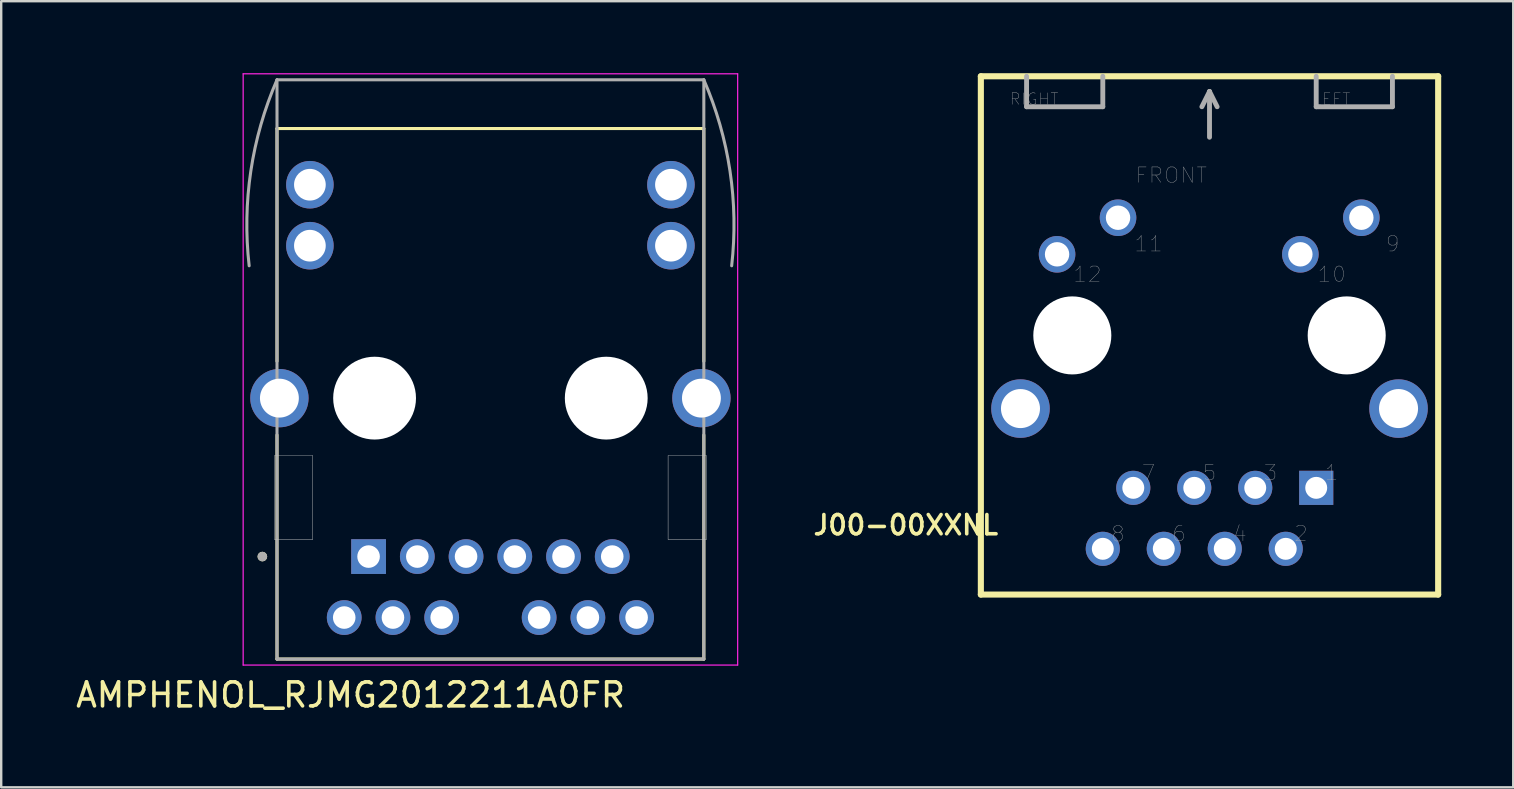
<source format=kicad_pcb>
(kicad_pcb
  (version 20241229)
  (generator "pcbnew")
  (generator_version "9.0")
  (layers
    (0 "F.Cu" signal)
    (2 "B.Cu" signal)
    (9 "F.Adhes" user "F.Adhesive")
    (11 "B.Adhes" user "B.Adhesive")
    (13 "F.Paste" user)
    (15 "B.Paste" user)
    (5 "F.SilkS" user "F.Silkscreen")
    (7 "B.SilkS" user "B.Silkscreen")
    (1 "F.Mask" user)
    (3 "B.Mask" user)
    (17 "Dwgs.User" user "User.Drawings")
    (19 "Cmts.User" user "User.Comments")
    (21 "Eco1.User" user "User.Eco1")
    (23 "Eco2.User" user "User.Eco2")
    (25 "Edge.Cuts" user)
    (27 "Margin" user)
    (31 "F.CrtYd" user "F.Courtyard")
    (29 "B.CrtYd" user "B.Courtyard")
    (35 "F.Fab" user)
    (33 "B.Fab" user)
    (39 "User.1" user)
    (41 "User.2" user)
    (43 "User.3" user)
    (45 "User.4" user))
  (footprint "AMPHENOL_RJMG2012211A0FR"
    (layer "F.Cu")
    (at 17.379 13.535)
    (property "Reference" "AMPHENOL_RJMG2012211A0FR" (at -5.825 12.365 0) (layer "F.SilkS") (effects (font (size 1 1) (thickness 0.15))))
    (attr through_hole)
    (fp_line (start -8.89 -1.535) (end -8.89 -11.23) (stroke (width 0.127) (type solid)) (layer "F.SilkS"))
    (fp_line (start -8.89 10.87) (end -8.89 1.535) (stroke (width 0.127) (type solid)) (layer "F.SilkS"))
    (fp_line (start -8.89 10.87) (end 8.89 10.87) (stroke (width 0.127) (type solid)) (layer "F.SilkS"))
    (fp_line (start 8.89 -11.23) (end -8.89 -11.23) (stroke (width 0.127) (type solid)) (layer "F.SilkS"))
    (fp_line (start 8.89 -1.535) (end 8.89 -11.23) (stroke (width 0.127) (type solid)) (layer "F.SilkS"))
    (fp_line (start 8.89 10.87) (end 8.89 1.535) (stroke (width 0.127) (type solid)) (layer "F.SilkS"))
    (fp_circle (center -9.5 6.6) (end -9.4 6.6) (stroke (width 0.2) (type solid)) (fill no) (layer "F.SilkS"))
    (fp_poly (pts (xy -9 2.39) (xy -7.4 2.39) (xy -7.4 5.89) (xy -9 5.89)) (stroke (width 0.01) (type solid)) (fill no) (layer "Dwgs.User"))
    (fp_poly (pts (xy -9 2.39) (xy -7.4 2.39) (xy -7.4 5.89) (xy -9 5.89)) (stroke (width 0.01) (type solid)) (fill no) (layer "Dwgs.User"))
    (fp_poly (pts (xy 7.4 2.39) (xy 9 2.39) (xy 9 5.89) (xy 7.4 5.89)) (stroke (width 0.01) (type solid)) (fill no) (layer "Dwgs.User"))
    (fp_poly (pts (xy 7.4 2.39) (xy 9 2.39) (xy 9 5.89) (xy 7.4 5.89)) (stroke (width 0.01) (type solid)) (fill no) (layer "Dwgs.User"))
    (fp_line (start -10.3 -13.51) (end 10.3 -13.51) (stroke (width 0.05) (type solid)) (layer "F.CrtYd"))
    (fp_line (start -10.3 11.12) (end -10.3 -13.51) (stroke (width 0.05) (type solid)) (layer "F.CrtYd"))
    (fp_line (start 10.3 -13.51) (end 10.3 11.12) (stroke (width 0.05) (type solid)) (layer "F.CrtYd"))
    (fp_line (start 10.3 11.12) (end -10.3 11.12) (stroke (width 0.05) (type solid)) (layer "F.CrtYd"))
    (fp_line (start -8.89 -13.26) (end -8.89 10.87) (stroke (width 0.127) (type solid)) (layer "F.Fab"))
    (fp_line (start -8.89 10.87) (end 8.89 10.87) (stroke (width 0.127) (type solid)) (layer "F.Fab"))
    (fp_line (start 8.89 -13.26) (end -8.89 -13.26) (stroke (width 0.127) (type solid)) (layer "F.Fab"))
    (fp_line (start 8.89 10.87) (end 8.89 -13.26) (stroke (width 0.127) (type solid)) (layer "F.Fab"))
    (fp_arc (start -10.05 -5.513) (mid -9.979956 -9.462858) (end -8.89 -13.26) (stroke (width 0.127) (type solid)) (layer "F.Fab"))
    (fp_arc (start 8.89 -13.26) (mid 9.979956 -9.462858) (end 10.05 -5.513) (stroke (width 0.127) (type solid)) (layer "F.Fab"))
    (fp_circle (center -9.5 6.6) (end -9.4 6.6) (stroke (width 0.2) (type solid)) (fill no) (layer "F.Fab"))
    (pad "" np_thru_hole circle (at -4.825 0) (size 3.45 3.45) (drill 3.45) (layers "*.Cu" "*.Mask"))
    (pad "" np_thru_hole circle (at 4.825 0) (size 3.45 3.45) (drill 3.45) (layers "*.Cu" "*.Mask"))
    (pad "1" thru_hole rect (at -5.075 6.6) (size 1.448 1.448) (drill 0.94) (layers "*.Cu" "*.Mask"))
    (pad "2" thru_hole circle (at -3.045 6.6) (size 1.448 1.448) (drill 0.94) (layers "*.Cu" "*.Mask"))
    (pad "3" thru_hole circle (at -1.015 6.6) (size 1.448 1.448) (drill 0.94) (layers "*.Cu" "*.Mask"))
    (pad "4" thru_hole circle (at 1.015 6.6) (size 1.448 1.448) (drill 0.94) (layers "*.Cu" "*.Mask"))
    (pad "5" thru_hole circle (at 3.045 6.6) (size 1.448 1.448) (drill 0.94) (layers "*.Cu" "*.Mask"))
    (pad "6" thru_hole circle (at 5.075 6.6) (size 1.448 1.448) (drill 0.94) (layers "*.Cu" "*.Mask"))
    (pad "7" thru_hole circle (at -6.09 9.14) (size 1.448 1.448) (drill 0.94) (layers "*.Cu" "*.Mask"))
    (pad "8" thru_hole circle (at -4.06 9.14) (size 1.448 1.448) (drill 0.94) (layers "*.Cu" "*.Mask"))
    (pad "9" thru_hole circle (at -2.03 9.14) (size 1.448 1.448) (drill 0.94) (layers "*.Cu" "*.Mask"))
    (pad "10" thru_hole circle (at 2.03 9.14) (size 1.448 1.448) (drill 0.94) (layers "*.Cu" "*.Mask"))
    (pad "11" thru_hole circle (at 4.06 9.14) (size 1.448 1.448) (drill 0.94) (layers "*.Cu" "*.Mask"))
    (pad "12" thru_hole circle (at 6.09 9.14) (size 1.448 1.448) (drill 0.94) (layers "*.Cu" "*.Mask"))
    (pad "13" thru_hole circle (at -7.52 -6.35) (size 1.98 1.98) (drill 1.32) (layers "*.Cu" "*.Mask"))
    (pad "14" thru_hole circle (at -7.52 -8.89) (size 1.98 1.98) (drill 1.32) (layers "*.Cu" "*.Mask"))
    (pad "15" thru_hole circle (at 7.52 -6.35) (size 1.98 1.98) (drill 1.32) (layers "*.Cu" "*.Mask"))
    (pad "16" thru_hole circle (at 7.52 -8.89) (size 1.98 1.98) (drill 1.32) (layers "*.Cu" "*.Mask"))
    (pad "S1" thru_hole circle (at -8.79 0) (size 2.43 2.43) (drill 1.62) (layers "*.Cu" "*.Mask"))
    (pad "S2" thru_hole circle (at 8.79 0) (size 2.43 2.43) (drill 1.62) (layers "*.Cu" "*.Mask")))
  (footprint "J00-00XXNL"
    (layer "F.Cu")
    (at 47.334 10.922)
    (property "Reference" "J00-00XXNL" (at -12.65 7.9 180) (layer "F.SilkS") (effects (font (size 0.801 0.801) (thickness 0.15))))
    (attr through_hole)
    (fp_line (start -9.525 -10.795) (end 9.525 -10.795) (stroke (width 0.254) (type solid)) (layer "F.SilkS"))
    (fp_line (start -9.525 10.795) (end -9.525 -10.795) (stroke (width 0.254) (type solid)) (layer "F.SilkS"))
    (fp_line (start 9.525 -10.795) (end 9.525 10.795) (stroke (width 0.254) (type solid)) (layer "F.SilkS"))
    (fp_line (start 9.525 10.795) (end -9.525 10.795) (stroke (width 0.254) (type solid)) (layer "F.SilkS"))
    (fp_line (start -7.62 -10.795) (end -7.62 -9.525) (stroke (width 0.203) (type solid)) (layer "F.Fab"))
    (fp_line (start -7.62 -9.525) (end -4.445 -9.525) (stroke (width 0.203) (type solid)) (layer "F.Fab"))
    (fp_line (start -4.445 -9.525) (end -4.445 -10.795) (stroke (width 0.203) (type solid)) (layer "F.Fab"))
    (fp_line (start 0 -10.16) (end -0.318 -9.525) (stroke (width 0.203) (type solid)) (layer "F.Fab"))
    (fp_line (start 0 -10.16) (end 0 -8.255) (stroke (width 0.203) (type solid)) (layer "F.Fab"))
    (fp_line (start 0.318 -9.525) (end 0 -10.16) (stroke (width 0.203) (type solid)) (layer "F.Fab"))
    (fp_line (start 4.445 -10.795) (end 4.445 -9.525) (stroke (width 0.203) (type solid)) (layer "F.Fab"))
    (fp_line (start 4.445 -9.525) (end 7.62 -9.525) (stroke (width 0.203) (type solid)) (layer "F.Fab"))
    (fp_line (start 7.62 -9.525) (end 7.62 -10.795) (stroke (width 0.203) (type solid)) (layer "F.Fab"))
    (fp_text user "5" (at 0 5.718 0) (layer "F.Fab") (effects (font (size 0.64 0.64) (thickness 0.015))))
    (fp_text user "6" (at -1.27 8.257 0) (layer "F.Fab") (effects (font (size 0.64 0.64) (thickness 0.015))))
    (fp_text user "3" (at 2.541 5.717 0) (layer "F.Fab") (effects (font (size 0.64 0.64) (thickness 0.015))))
    (fp_text user "11" (at -2.542 -3.813 0) (layer "F.Fab") (effects (font (size 0.641 0.641) (thickness 0.015))))
    (fp_text user "7" (at -2.541 5.717 0) (layer "F.Fab") (effects (font (size 0.64 0.64) (thickness 0.015))))
    (fp_text user "4" (at 1.27 8.256 0) (layer "F.Fab") (effects (font (size 0.64 0.64) (thickness 0.015))))
    (fp_text user "10" (at 5.09 -2.545 0) (layer "F.Fab") (effects (font (size 0.641 0.641) (thickness 0.015))))
    (fp_text user "1" (at 5.083 5.718 0) (layer "F.Fab") (effects (font (size 0.64 0.64) (thickness 0.015))))
    (fp_text user "2" (at 3.811 8.258 0) (layer "F.Fab") (effects (font (size 0.64 0.64) (thickness 0.015))))
    (fp_text user "RIGHT" (at -7.306 -9.847 0) (layer "F.Fab") (effects (font (size 0.48 0.48) (thickness 0.015))))
    (fp_text user "FRONT" (at -1.589 -6.673 0) (layer "F.Fab") (effects (font (size 0.64 0.64) (thickness 0.015))))
    (fp_text user "LEFT" (at 5.082 -9.846 0) (layer "F.Fab") (effects (font (size 0.48 0.48) (thickness 0.015))))
    (fp_text user "12" (at -5.087 -2.544 0) (layer "F.Fab") (effects (font (size 0.641 0.641) (thickness 0.015))))
    (fp_text user "9" (at 7.629 -3.814 0) (layer "F.Fab") (effects (font (size 0.641 0.641) (thickness 0.015))))
    (fp_text user "8" (at -3.816 8.269 0) (layer "F.Fab") (effects (font (size 0.641 0.641) (thickness 0.015))))
    (pad "" np_thru_hole circle (at -5.715 0) (size 3.251 3.251) (drill 3.251) (layers "*.Cu" "*.Mask"))
    (pad "" np_thru_hole circle (at 5.715 0) (size 3.251 3.251) (drill 3.251) (layers "*.Cu" "*.Mask"))
    (pad "1" thru_hole rect (at 4.445 6.35) (size 1.422 1.422) (drill 0.914) (layers "*.Cu" "*.Mask"))
    (pad "2" thru_hole circle (at 3.175 8.89) (size 1.422 1.422) (drill 0.914) (layers "*.Cu" "*.Mask"))
    (pad "3" thru_hole circle (at 1.905 6.35) (size 1.422 1.422) (drill 0.914) (layers "*.Cu" "*.Mask"))
    (pad "4" thru_hole circle (at 0.635 8.89) (size 1.422 1.422) (drill 0.914) (layers "*.Cu" "*.Mask"))
    (pad "5" thru_hole circle (at -0.635 6.35) (size 1.422 1.422) (drill 0.914) (layers "*.Cu" "*.Mask"))
    (pad "6" thru_hole circle (at -1.905 8.89) (size 1.422 1.422) (drill 0.914) (layers "*.Cu" "*.Mask"))
    (pad "7" thru_hole circle (at -3.175 6.35) (size 1.422 1.422) (drill 0.914) (layers "*.Cu" "*.Mask"))
    (pad "8" thru_hole circle (at -4.445 8.89) (size 1.422 1.422) (drill 0.914) (layers "*.Cu" "*.Mask"))
    (pad "9" thru_hole circle (at 6.325 -4.902) (size 1.524 1.524) (drill 1.016) (layers "*.Cu" "*.Mask"))
    (pad "10" thru_hole circle (at 3.785 -3.378) (size 1.524 1.524) (drill 1.016) (layers "*.Cu" "*.Mask"))
    (pad "11" thru_hole circle (at -3.81 -4.902) (size 1.524 1.524) (drill 1.016) (layers "*.Cu" "*.Mask"))
    (pad "12" thru_hole circle (at -6.35 -3.378) (size 1.524 1.524) (drill 1.016) (layers "*.Cu" "*.Mask"))
    (pad "S1" thru_hole circle (at -7.874 3.048) (size 2.438 2.438) (drill 1.626) (layers "*.Cu" "*.Mask"))
    (pad "S2" thru_hole circle (at 7.874 3.048) (size 2.438 2.438) (drill 1.626) (layers "*.Cu" "*.Mask")))
  (gr_rect
    (start -3 -3)
    (end 59.986 29.748)
    (stroke (width 0.1) (type default))
    (fill no)
    (layer "Edge.Cuts")))
</source>
